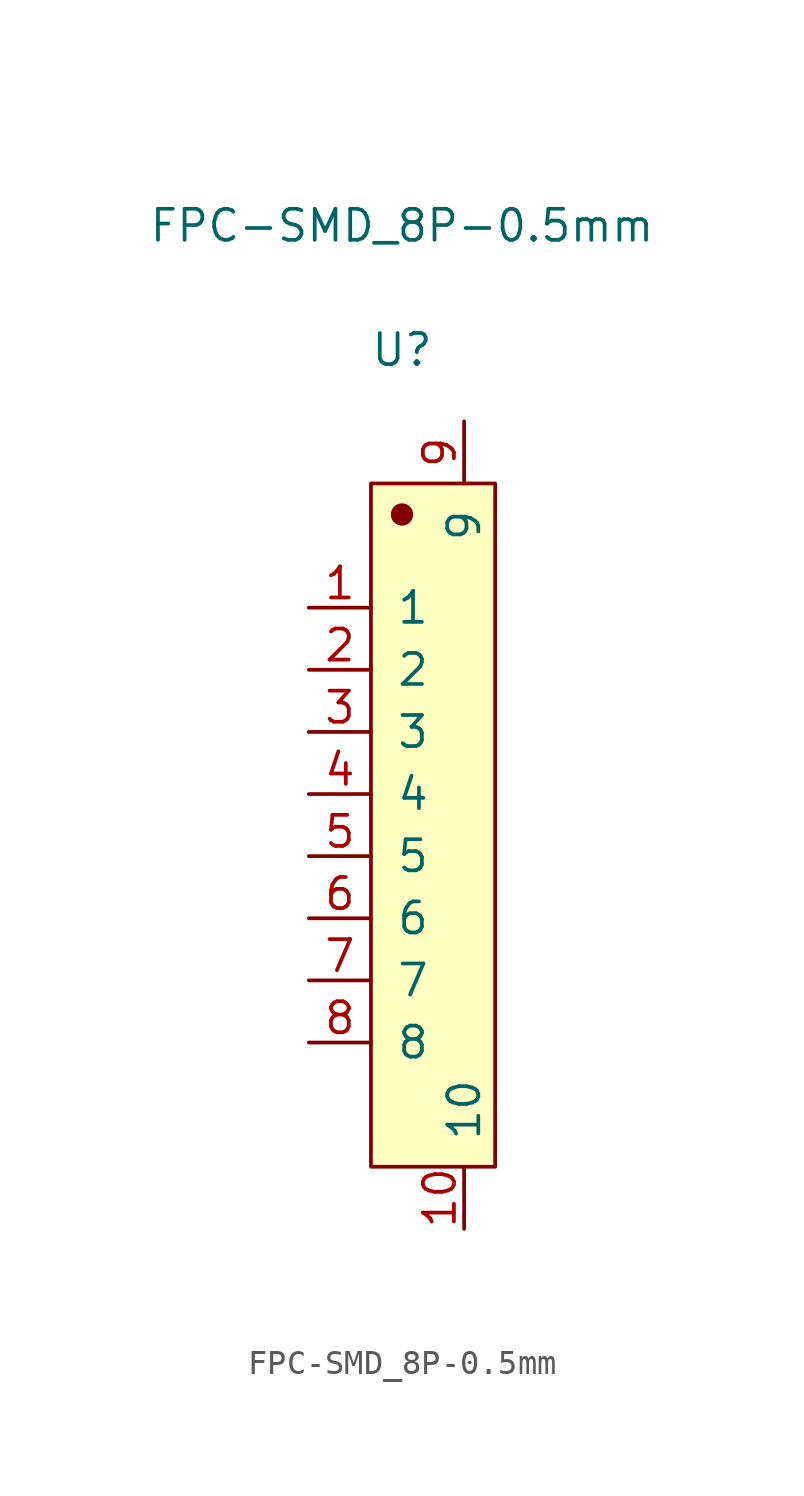
<source format=kicad_sym>
(kicad_symbol_lib
  (version 20211014)
  (generator kicad_symbol_editor)
  (symbol "FPC-SMD_8P-0.5mm"
    (pin_names
      (offset 1.016))
    (property "Reference" "U"
      (at 0 19.431 0)
      (effects (font (size 1.27 1.27))))
    (property "Value" "FPC-SMD_8P-0.5mm"
      (at 0 24.511 0)
      (effects (font (size 1.27 1.27))))
    (symbol "FPC-SMD_8P-0.5mm_1_1"
      (rectangle (start -1.27 13.97) (end 3.81 -13.97) (stroke (width 0.152) (type default) (color 0 0 0 0)) (fill (type background)))
      (circle (center 0 12.7) (radius 0.381) (stroke (width 0.152) (type default) (color 0 0 0 0)) (fill (type outline)))
      (pin input line (at -3.81 8.89 0) (length 2.54) (name "1" (effects (font (size 1.27 1.27)))) (number "1" (effects (font (size 1.27 1.27)))))
      (pin input line (at 2.54 -16.51 90) (length 2.54) (name "10" (effects (font (size 1.27 1.27)))) (number "10" (effects (font (size 1.27 1.27)))))
      (pin input line (at -3.81 6.35 0) (length 2.54) (name "2" (effects (font (size 1.27 1.27)))) (number "2" (effects (font (size 1.27 1.27)))))
      (pin input line (at -3.81 3.81 0) (length 2.54) (name "3" (effects (font (size 1.27 1.27)))) (number "3" (effects (font (size 1.27 1.27)))))
      (pin input line (at -3.81 1.27 0) (length 2.54) (name "4" (effects (font (size 1.27 1.27)))) (number "4" (effects (font (size 1.27 1.27)))))
      (pin input line (at -3.81 -1.27 0) (length 2.54) (name "5" (effects (font (size 1.27 1.27)))) (number "5" (effects (font (size 1.27 1.27)))))
      (pin input line (at -3.81 -3.81 0) (length 2.54) (name "6" (effects (font (size 1.27 1.27)))) (number "6" (effects (font (size 1.27 1.27)))))
      (pin input line (at -3.81 -6.35 0) (length 2.54) (name "7" (effects (font (size 1.27 1.27)))) (number "7" (effects (font (size 1.27 1.27)))))
      (pin input line (at -3.81 -8.89 0) (length 2.54) (name "8" (effects (font (size 1.27 1.27)))) (number "8" (effects (font (size 1.27 1.27)))))
      (pin input line (at 2.54 16.51 270) (length 2.54) (name "9" (effects (font (size 1.27 1.27)))) (number "9" (effects (font (size 1.27 1.27))))))))
</source>
